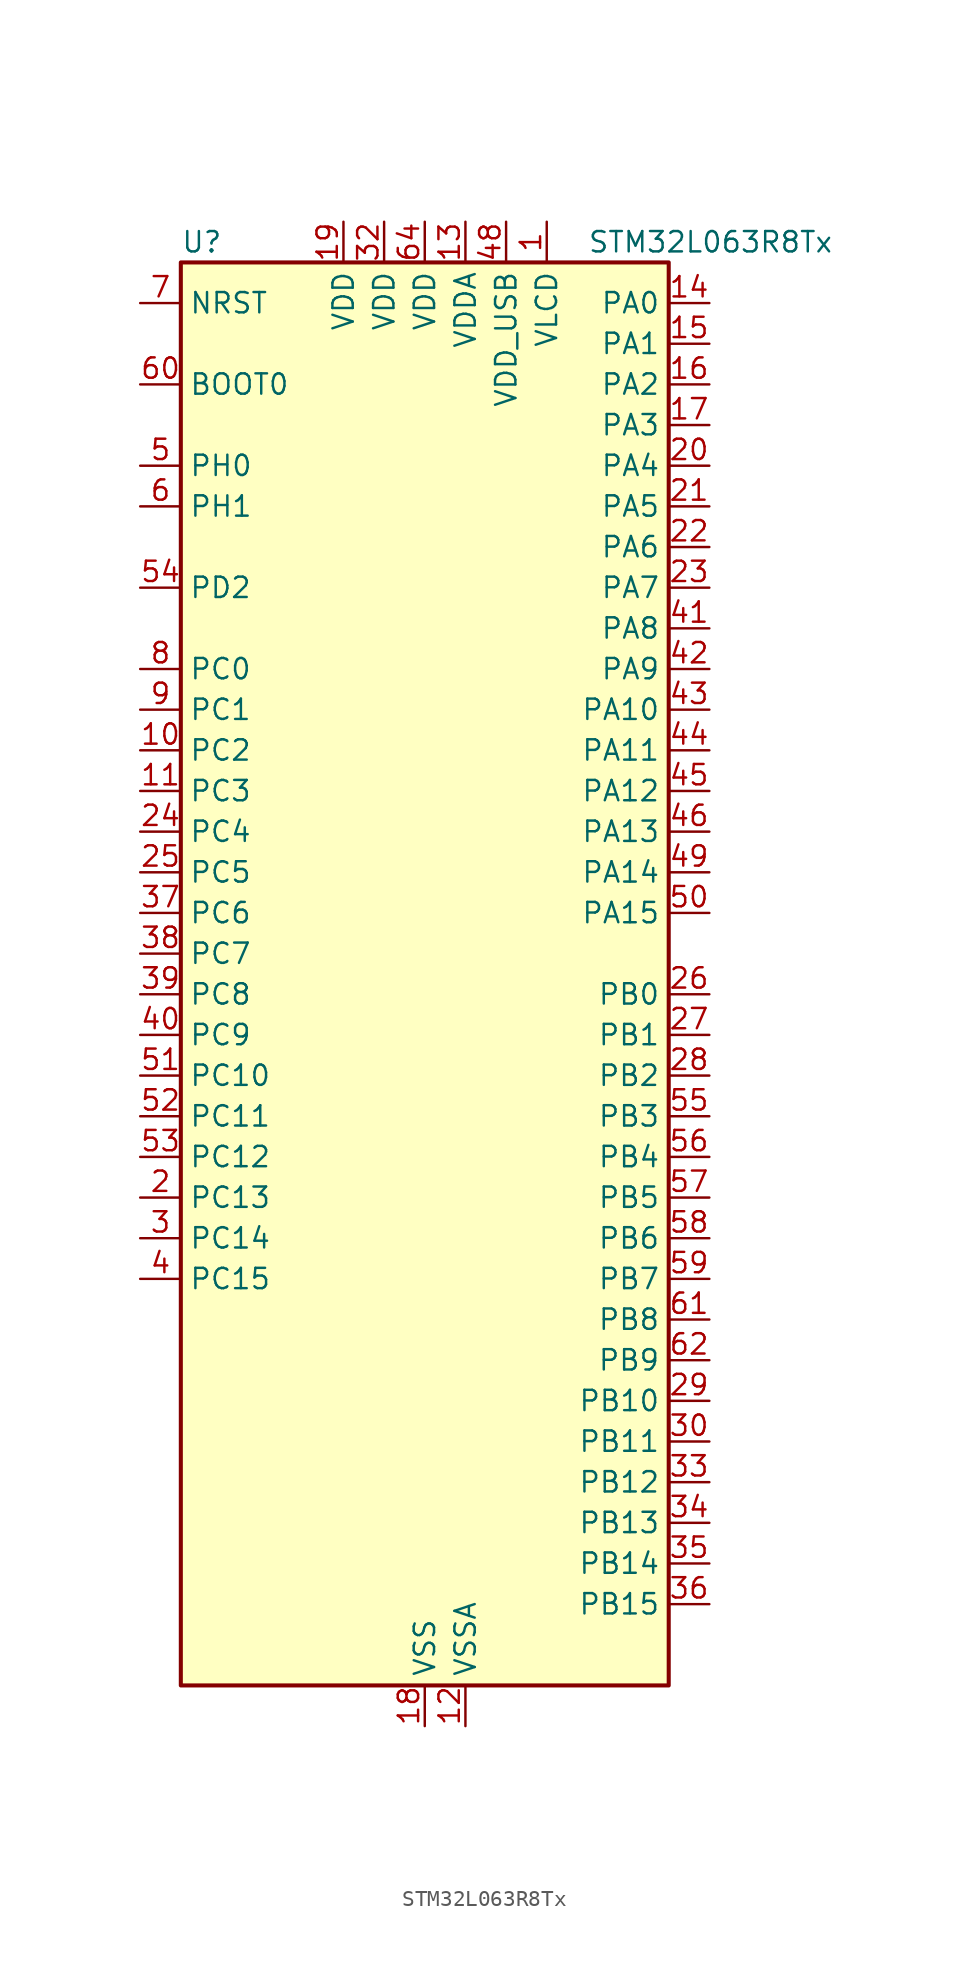
<source format=kicad_sym>
(kicad_symbol_lib
  (version 20220914)
  (generator kicad_symbol_editor)
  (symbol "STM32L063R8Tx"
    (property "Reference" "U"
      (at -15.24 46.99 0)
      (effects (font (size 1.27 1.27)) (justify left)))
    (property "Value" "STM32L063R8Tx"
      (at 10.16 46.99 0)
      (effects (font (size 1.27 1.27)) (justify left)))
    (property "ki_locked" ""
      (at 0 0 0)
      (effects (font (size 1.27 1.27))))
    (symbol "STM32L063R8Tx_0_1"
      (rectangle (start -15.24 -43.18) (end 15.24 45.72) (stroke (width 0.254) (type default)) (fill (type background))))
    (symbol "STM32L063R8Tx_1_1"
      (pin power_in line (at 7.62 48.26 270) (length 2.54) (name "VLCD" (effects (font (size 1.27 1.27)))) (number "1" (effects (font (size 1.27 1.27)))))
      (pin bidirectional line (at -17.78 15.24 0) (length 2.54) (name "PC2" (effects (font (size 1.27 1.27)))) (number "10" (effects (font (size 1.27 1.27)))) (alternate "ADC_IN12" bidirectional line) (alternate "I2S2_MCK" bidirectional line) (alternate "LCD_SEG20" bidirectional line) (alternate "LPTIM1_IN2" bidirectional line) (alternate "SPI2_MISO" bidirectional line) (alternate "TSC_G7_IO3" bidirectional line))
      (pin bidirectional line (at -17.78 12.7 0) (length 2.54) (name "PC3" (effects (font (size 1.27 1.27)))) (number "11" (effects (font (size 1.27 1.27)))) (alternate "ADC_IN13" bidirectional line) (alternate "I2S2_SD" bidirectional line) (alternate "LCD_SEG21" bidirectional line) (alternate "LPTIM1_ETR" bidirectional line) (alternate "SPI2_MOSI" bidirectional line) (alternate "TSC_G7_IO4" bidirectional line))
      (pin power_in line (at 2.54 -45.72 90) (length 2.54) (name "VSSA" (effects (font (size 1.27 1.27)))) (number "12" (effects (font (size 1.27 1.27)))))
      (pin power_in line (at 2.54 48.26 270) (length 2.54) (name "VDDA" (effects (font (size 1.27 1.27)))) (number "13" (effects (font (size 1.27 1.27)))))
      (pin bidirectional line (at 17.78 43.18 180) (length 2.54) (name "PA0" (effects (font (size 1.27 1.27)))) (number "14" (effects (font (size 1.27 1.27)))) (alternate "ADC_IN0" bidirectional line) (alternate "COMP1_INM" bidirectional line) (alternate "COMP1_OUT" bidirectional line) (alternate "RTC_TAMP2" bidirectional line) (alternate "SYS_WKUP1" bidirectional line) (alternate "TIM2_CH1" bidirectional line) (alternate "TIM2_ETR" bidirectional line) (alternate "TSC_G1_IO1" bidirectional line) (alternate "USART2_CTS" bidirectional line))
      (pin bidirectional line (at 17.78 40.64 180) (length 2.54) (name "PA1" (effects (font (size 1.27 1.27)))) (number "15" (effects (font (size 1.27 1.27)))) (alternate "ADC_IN1" bidirectional line) (alternate "COMP1_INP" bidirectional line) (alternate "LCD_SEG0" bidirectional line) (alternate "TIM21_ETR" bidirectional line) (alternate "TIM2_CH2" bidirectional line) (alternate "TSC_G1_IO2" bidirectional line) (alternate "USART2_DE" bidirectional line) (alternate "USART2_RTS" bidirectional line))
      (pin bidirectional line (at 17.78 38.1 180) (length 2.54) (name "PA2" (effects (font (size 1.27 1.27)))) (number "16" (effects (font (size 1.27 1.27)))) (alternate "ADC_IN2" bidirectional line) (alternate "COMP2_INM" bidirectional line) (alternate "COMP2_OUT" bidirectional line) (alternate "LCD_SEG1" bidirectional line) (alternate "TIM21_CH1" bidirectional line) (alternate "TIM2_CH3" bidirectional line) (alternate "TSC_G1_IO3" bidirectional line) (alternate "USART2_TX" bidirectional line))
      (pin bidirectional line (at 17.78 35.56 180) (length 2.54) (name "PA3" (effects (font (size 1.27 1.27)))) (number "17" (effects (font (size 1.27 1.27)))) (alternate "ADC_IN3" bidirectional line) (alternate "COMP2_INP" bidirectional line) (alternate "LCD_SEG2" bidirectional line) (alternate "TIM21_CH2" bidirectional line) (alternate "TIM2_CH4" bidirectional line) (alternate "TSC_G1_IO4" bidirectional line) (alternate "USART2_RX" bidirectional line))
      (pin power_in line (at 0 -45.72 90) (length 2.54) (name "VSS" (effects (font (size 1.27 1.27)))) (number "18" (effects (font (size 1.27 1.27)))))
      (pin power_in line (at -5.08 48.26 270) (length 2.54) (name "VDD" (effects (font (size 1.27 1.27)))) (number "19" (effects (font (size 1.27 1.27)))))
      (pin bidirectional line (at -17.78 -12.7 0) (length 2.54) (name "PC13" (effects (font (size 1.27 1.27)))) (number "2" (effects (font (size 1.27 1.27)))) (alternate "RTC_OUT_ALARM" bidirectional line) (alternate "RTC_OUT_CALIB" bidirectional line) (alternate "RTC_TAMP1" bidirectional line) (alternate "RTC_TS" bidirectional line) (alternate "SYS_WKUP2" bidirectional line))
      (pin bidirectional line (at 17.78 33.02 180) (length 2.54) (name "PA4" (effects (font (size 1.27 1.27)))) (number "20" (effects (font (size 1.27 1.27)))) (alternate "ADC_IN4" bidirectional line) (alternate "COMP1_INM" bidirectional line) (alternate "COMP2_INM" bidirectional line) (alternate "DAC_OUT1" bidirectional line) (alternate "SPI1_NSS" bidirectional line) (alternate "TIM22_ETR" bidirectional line) (alternate "TSC_G2_IO1" bidirectional line) (alternate "USART2_CK" bidirectional line))
      (pin bidirectional line (at 17.78 30.48 180) (length 2.54) (name "PA5" (effects (font (size 1.27 1.27)))) (number "21" (effects (font (size 1.27 1.27)))) (alternate "ADC_IN5" bidirectional line) (alternate "COMP1_INM" bidirectional line) (alternate "COMP2_INM" bidirectional line) (alternate "SPI1_SCK" bidirectional line) (alternate "TIM2_CH1" bidirectional line) (alternate "TIM2_ETR" bidirectional line) (alternate "TSC_G2_IO2" bidirectional line))
      (pin bidirectional line (at 17.78 27.94 180) (length 2.54) (name "PA6" (effects (font (size 1.27 1.27)))) (number "22" (effects (font (size 1.27 1.27)))) (alternate "ADC_IN6" bidirectional line) (alternate "COMP1_OUT" bidirectional line) (alternate "LCD_SEG3" bidirectional line) (alternate "LPUART1_CTS" bidirectional line) (alternate "SPI1_MISO" bidirectional line) (alternate "TIM22_CH1" bidirectional line) (alternate "TSC_G2_IO3" bidirectional line))
      (pin bidirectional line (at 17.78 25.4 180) (length 2.54) (name "PA7" (effects (font (size 1.27 1.27)))) (number "23" (effects (font (size 1.27 1.27)))) (alternate "ADC_IN7" bidirectional line) (alternate "COMP2_OUT" bidirectional line) (alternate "LCD_SEG4" bidirectional line) (alternate "SPI1_MOSI" bidirectional line) (alternate "TIM22_CH2" bidirectional line) (alternate "TSC_G2_IO4" bidirectional line))
      (pin bidirectional line (at -17.78 10.16 0) (length 2.54) (name "PC4" (effects (font (size 1.27 1.27)))) (number "24" (effects (font (size 1.27 1.27)))) (alternate "ADC_IN14" bidirectional line) (alternate "LCD_SEG22" bidirectional line) (alternate "LPUART1_TX" bidirectional line))
      (pin bidirectional line (at -17.78 7.62 0) (length 2.54) (name "PC5" (effects (font (size 1.27 1.27)))) (number "25" (effects (font (size 1.27 1.27)))) (alternate "ADC_IN15" bidirectional line) (alternate "LCD_SEG23" bidirectional line) (alternate "LPUART1_RX" bidirectional line) (alternate "TSC_G3_IO1" bidirectional line))
      (pin bidirectional line (at 17.78 0 180) (length 2.54) (name "PB0" (effects (font (size 1.27 1.27)))) (number "26" (effects (font (size 1.27 1.27)))) (alternate "ADC_IN8" bidirectional line) (alternate "LCD_SEG5" bidirectional line) (alternate "LCD_VLCD3" bidirectional line) (alternate "SYS_VREF_OUT_PB0" bidirectional line) (alternate "TSC_G3_IO2" bidirectional line))
      (pin bidirectional line (at 17.78 -2.54 180) (length 2.54) (name "PB1" (effects (font (size 1.27 1.27)))) (number "27" (effects (font (size 1.27 1.27)))) (alternate "ADC_IN9" bidirectional line) (alternate "LCD_SEG6" bidirectional line) (alternate "LPUART1_DE" bidirectional line) (alternate "LPUART1_RTS" bidirectional line) (alternate "SYS_VREF_OUT_PB1" bidirectional line) (alternate "TSC_G3_IO3" bidirectional line))
      (pin bidirectional line (at 17.78 -5.08 180) (length 2.54) (name "PB2" (effects (font (size 1.27 1.27)))) (number "28" (effects (font (size 1.27 1.27)))) (alternate "LCD_VLCD1" bidirectional line) (alternate "LPTIM1_OUT" bidirectional line) (alternate "TSC_G3_IO4" bidirectional line))
      (pin bidirectional line (at 17.78 -25.4 180) (length 2.54) (name "PB10" (effects (font (size 1.27 1.27)))) (number "29" (effects (font (size 1.27 1.27)))) (alternate "I2C2_SCL" bidirectional line) (alternate "LCD_SEG10" bidirectional line) (alternate "LPUART1_TX" bidirectional line) (alternate "SPI2_SCK" bidirectional line) (alternate "TIM2_CH3" bidirectional line) (alternate "TSC_SYNC" bidirectional line))
      (pin bidirectional line (at -17.78 -15.24 0) (length 2.54) (name "PC14" (effects (font (size 1.27 1.27)))) (number "3" (effects (font (size 1.27 1.27)))) (alternate "RCC_OSC32_IN" bidirectional line))
      (pin bidirectional line (at 17.78 -27.94 180) (length 2.54) (name "PB11" (effects (font (size 1.27 1.27)))) (number "30" (effects (font (size 1.27 1.27)))) (alternate "ADC_EXTI11" bidirectional line) (alternate "I2C2_SDA" bidirectional line) (alternate "LCD_SEG11" bidirectional line) (alternate "LPUART1_RX" bidirectional line) (alternate "TIM2_CH4" bidirectional line) (alternate "TSC_G6_IO1" bidirectional line))
      (pin passive line (at 0 -45.72 90) (length 2.54) hide (name "VSS" (effects (font (size 1.27 1.27)))) (number "31" (effects (font (size 1.27 1.27)))))
      (pin power_in line (at -2.54 48.26 270) (length 2.54) (name "VDD" (effects (font (size 1.27 1.27)))) (number "32" (effects (font (size 1.27 1.27)))))
      (pin bidirectional line (at 17.78 -30.48 180) (length 2.54) (name "PB12" (effects (font (size 1.27 1.27)))) (number "33" (effects (font (size 1.27 1.27)))) (alternate "I2S2_WS" bidirectional line) (alternate "LCD_SEG12" bidirectional line) (alternate "LCD_VLCD2" bidirectional line) (alternate "LPUART1_DE" bidirectional line) (alternate "LPUART1_RTS" bidirectional line) (alternate "SPI2_NSS" bidirectional line) (alternate "TSC_G6_IO2" bidirectional line))
      (pin bidirectional line (at 17.78 -33.02 180) (length 2.54) (name "PB13" (effects (font (size 1.27 1.27)))) (number "34" (effects (font (size 1.27 1.27)))) (alternate "I2C2_SCL" bidirectional line) (alternate "I2S2_CK" bidirectional line) (alternate "LCD_SEG13" bidirectional line) (alternate "LPUART1_CTS" bidirectional line) (alternate "SPI2_SCK" bidirectional line) (alternate "TIM21_CH1" bidirectional line) (alternate "TSC_G6_IO3" bidirectional line))
      (pin bidirectional line (at 17.78 -35.56 180) (length 2.54) (name "PB14" (effects (font (size 1.27 1.27)))) (number "35" (effects (font (size 1.27 1.27)))) (alternate "I2C2_SDA" bidirectional line) (alternate "I2S2_MCK" bidirectional line) (alternate "LCD_SEG14" bidirectional line) (alternate "LPUART1_DE" bidirectional line) (alternate "LPUART1_RTS" bidirectional line) (alternate "RTC_OUT_ALARM" bidirectional line) (alternate "RTC_OUT_CALIB" bidirectional line) (alternate "SPI2_MISO" bidirectional line) (alternate "TIM21_CH2" bidirectional line) (alternate "TSC_G6_IO4" bidirectional line))
      (pin bidirectional line (at 17.78 -38.1 180) (length 2.54) (name "PB15" (effects (font (size 1.27 1.27)))) (number "36" (effects (font (size 1.27 1.27)))) (alternate "I2S2_SD" bidirectional line) (alternate "LCD_SEG15" bidirectional line) (alternate "RTC_REFIN" bidirectional line) (alternate "SPI2_MOSI" bidirectional line))
      (pin bidirectional line (at -17.78 5.08 0) (length 2.54) (name "PC6" (effects (font (size 1.27 1.27)))) (number "37" (effects (font (size 1.27 1.27)))) (alternate "LCD_SEG24" bidirectional line) (alternate "TIM22_CH1" bidirectional line) (alternate "TSC_G8_IO1" bidirectional line))
      (pin bidirectional line (at -17.78 2.54 0) (length 2.54) (name "PC7" (effects (font (size 1.27 1.27)))) (number "38" (effects (font (size 1.27 1.27)))) (alternate "LCD_SEG25" bidirectional line) (alternate "TIM22_CH2" bidirectional line) (alternate "TSC_G8_IO2" bidirectional line))
      (pin bidirectional line (at -17.78 0 0) (length 2.54) (name "PC8" (effects (font (size 1.27 1.27)))) (number "39" (effects (font (size 1.27 1.27)))) (alternate "LCD_SEG26" bidirectional line) (alternate "TIM22_ETR" bidirectional line) (alternate "TSC_G8_IO3" bidirectional line))
      (pin bidirectional line (at -17.78 -17.78 0) (length 2.54) (name "PC15" (effects (font (size 1.27 1.27)))) (number "4" (effects (font (size 1.27 1.27)))) (alternate "RCC_OSC32_OUT" bidirectional line))
      (pin bidirectional line (at -17.78 -2.54 0) (length 2.54) (name "PC9" (effects (font (size 1.27 1.27)))) (number "40" (effects (font (size 1.27 1.27)))) (alternate "DAC_EXTI9" bidirectional line) (alternate "LCD_SEG27" bidirectional line) (alternate "TIM21_ETR" bidirectional line) (alternate "TSC_G8_IO4" bidirectional line) (alternate "USB_NOE" bidirectional line))
      (pin bidirectional line (at 17.78 22.86 180) (length 2.54) (name "PA8" (effects (font (size 1.27 1.27)))) (number "41" (effects (font (size 1.27 1.27)))) (alternate "CRS_SYNC" bidirectional line) (alternate "LCD_COM0" bidirectional line) (alternate "RCC_MCO" bidirectional line) (alternate "USART1_CK" bidirectional line))
      (pin bidirectional line (at 17.78 20.32 180) (length 2.54) (name "PA9" (effects (font (size 1.27 1.27)))) (number "42" (effects (font (size 1.27 1.27)))) (alternate "DAC_EXTI9" bidirectional line) (alternate "LCD_COM1" bidirectional line) (alternate "RCC_MCO" bidirectional line) (alternate "TSC_G4_IO1" bidirectional line) (alternate "USART1_TX" bidirectional line))
      (pin bidirectional line (at 17.78 17.78 180) (length 2.54) (name "PA10" (effects (font (size 1.27 1.27)))) (number "43" (effects (font (size 1.27 1.27)))) (alternate "LCD_COM2" bidirectional line) (alternate "TSC_G4_IO2" bidirectional line) (alternate "USART1_RX" bidirectional line))
      (pin bidirectional line (at 17.78 15.24 180) (length 2.54) (name "PA11" (effects (font (size 1.27 1.27)))) (number "44" (effects (font (size 1.27 1.27)))) (alternate "ADC_EXTI11" bidirectional line) (alternate "COMP1_OUT" bidirectional line) (alternate "SPI1_MISO" bidirectional line) (alternate "TSC_G4_IO3" bidirectional line) (alternate "USART1_CTS" bidirectional line) (alternate "USB_DM" bidirectional line))
      (pin bidirectional line (at 17.78 12.7 180) (length 2.54) (name "PA12" (effects (font (size 1.27 1.27)))) (number "45" (effects (font (size 1.27 1.27)))) (alternate "COMP2_OUT" bidirectional line) (alternate "SPI1_MOSI" bidirectional line) (alternate "TSC_G4_IO4" bidirectional line) (alternate "USART1_DE" bidirectional line) (alternate "USART1_RTS" bidirectional line) (alternate "USB_DP" bidirectional line))
      (pin bidirectional line (at 17.78 10.16 180) (length 2.54) (name "PA13" (effects (font (size 1.27 1.27)))) (number "46" (effects (font (size 1.27 1.27)))) (alternate "SYS_SWDIO" bidirectional line) (alternate "USB_NOE" bidirectional line))
      (pin passive line (at 0 -45.72 90) (length 2.54) hide (name "VSS" (effects (font (size 1.27 1.27)))) (number "47" (effects (font (size 1.27 1.27)))))
      (pin power_in line (at 5.08 48.26 270) (length 2.54) (name "VDD_USB" (effects (font (size 1.27 1.27)))) (number "48" (effects (font (size 1.27 1.27)))))
      (pin bidirectional line (at 17.78 7.62 180) (length 2.54) (name "PA14" (effects (font (size 1.27 1.27)))) (number "49" (effects (font (size 1.27 1.27)))) (alternate "SYS_SWCLK" bidirectional line) (alternate "USART2_TX" bidirectional line))
      (pin bidirectional line (at -17.78 33.02 0) (length 2.54) (name "PH0" (effects (font (size 1.27 1.27)))) (number "5" (effects (font (size 1.27 1.27)))) (alternate "CRS_SYNC" bidirectional line) (alternate "RCC_OSC_IN" bidirectional line))
      (pin bidirectional line (at 17.78 5.08 180) (length 2.54) (name "PA15" (effects (font (size 1.27 1.27)))) (number "50" (effects (font (size 1.27 1.27)))) (alternate "LCD_SEG17" bidirectional line) (alternate "SPI1_NSS" bidirectional line) (alternate "TIM2_CH1" bidirectional line) (alternate "TIM2_ETR" bidirectional line) (alternate "USART2_RX" bidirectional line))
      (pin bidirectional line (at -17.78 -5.08 0) (length 2.54) (name "PC10" (effects (font (size 1.27 1.27)))) (number "51" (effects (font (size 1.27 1.27)))) (alternate "LCD_COM4" bidirectional line) (alternate "LCD_SEG28" bidirectional line) (alternate "LPUART1_TX" bidirectional line))
      (pin bidirectional line (at -17.78 -7.62 0) (length 2.54) (name "PC11" (effects (font (size 1.27 1.27)))) (number "52" (effects (font (size 1.27 1.27)))) (alternate "ADC_EXTI11" bidirectional line) (alternate "LCD_COM5" bidirectional line) (alternate "LCD_SEG29" bidirectional line) (alternate "LPUART1_RX" bidirectional line))
      (pin bidirectional line (at -17.78 -10.16 0) (length 2.54) (name "PC12" (effects (font (size 1.27 1.27)))) (number "53" (effects (font (size 1.27 1.27)))) (alternate "LCD_COM6" bidirectional line) (alternate "LCD_SEG30" bidirectional line))
      (pin bidirectional line (at -17.78 25.4 0) (length 2.54) (name "PD2" (effects (font (size 1.27 1.27)))) (number "54" (effects (font (size 1.27 1.27)))) (alternate "LCD_COM7" bidirectional line) (alternate "LCD_SEG31" bidirectional line) (alternate "LPUART1_DE" bidirectional line) (alternate "LPUART1_RTS" bidirectional line))
      (pin bidirectional line (at 17.78 -7.62 180) (length 2.54) (name "PB3" (effects (font (size 1.27 1.27)))) (number "55" (effects (font (size 1.27 1.27)))) (alternate "COMP2_INM" bidirectional line) (alternate "LCD_SEG7" bidirectional line) (alternate "SPI1_SCK" bidirectional line) (alternate "TIM2_CH2" bidirectional line) (alternate "TSC_G5_IO1" bidirectional line))
      (pin bidirectional line (at 17.78 -10.16 180) (length 2.54) (name "PB4" (effects (font (size 1.27 1.27)))) (number "56" (effects (font (size 1.27 1.27)))) (alternate "COMP2_INP" bidirectional line) (alternate "LCD_SEG8" bidirectional line) (alternate "SPI1_MISO" bidirectional line) (alternate "TIM22_CH1" bidirectional line) (alternate "TSC_G5_IO2" bidirectional line))
      (pin bidirectional line (at 17.78 -12.7 180) (length 2.54) (name "PB5" (effects (font (size 1.27 1.27)))) (number "57" (effects (font (size 1.27 1.27)))) (alternate "COMP2_INP" bidirectional line) (alternate "I2C1_SMBA" bidirectional line) (alternate "LCD_SEG9" bidirectional line) (alternate "LPTIM1_IN1" bidirectional line) (alternate "SPI1_MOSI" bidirectional line) (alternate "TIM22_CH2" bidirectional line))
      (pin bidirectional line (at 17.78 -15.24 180) (length 2.54) (name "PB6" (effects (font (size 1.27 1.27)))) (number "58" (effects (font (size 1.27 1.27)))) (alternate "COMP2_INP" bidirectional line) (alternate "I2C1_SCL" bidirectional line) (alternate "LPTIM1_ETR" bidirectional line) (alternate "TSC_G5_IO3" bidirectional line) (alternate "USART1_TX" bidirectional line))
      (pin bidirectional line (at 17.78 -17.78 180) (length 2.54) (name "PB7" (effects (font (size 1.27 1.27)))) (number "59" (effects (font (size 1.27 1.27)))) (alternate "COMP2_INP" bidirectional line) (alternate "I2C1_SDA" bidirectional line) (alternate "LPTIM1_IN2" bidirectional line) (alternate "SYS_PVD_IN" bidirectional line) (alternate "TSC_G5_IO4" bidirectional line) (alternate "USART1_RX" bidirectional line))
      (pin bidirectional line (at -17.78 30.48 0) (length 2.54) (name "PH1" (effects (font (size 1.27 1.27)))) (number "6" (effects (font (size 1.27 1.27)))) (alternate "RCC_OSC_OUT" bidirectional line))
      (pin input line (at -17.78 38.1 0) (length 2.54) (name "BOOT0" (effects (font (size 1.27 1.27)))) (number "60" (effects (font (size 1.27 1.27)))))
      (pin bidirectional line (at 17.78 -20.32 180) (length 2.54) (name "PB8" (effects (font (size 1.27 1.27)))) (number "61" (effects (font (size 1.27 1.27)))) (alternate "I2C1_SCL" bidirectional line) (alternate "LCD_SEG16" bidirectional line) (alternate "TSC_SYNC" bidirectional line))
      (pin bidirectional line (at 17.78 -22.86 180) (length 2.54) (name "PB9" (effects (font (size 1.27 1.27)))) (number "62" (effects (font (size 1.27 1.27)))) (alternate "DAC_EXTI9" bidirectional line) (alternate "I2C1_SDA" bidirectional line) (alternate "I2S2_WS" bidirectional line) (alternate "LCD_COM3" bidirectional line) (alternate "SPI2_NSS" bidirectional line))
      (pin passive line (at 0 -45.72 90) (length 2.54) hide (name "VSS" (effects (font (size 1.27 1.27)))) (number "63" (effects (font (size 1.27 1.27)))))
      (pin power_in line (at 0 48.26 270) (length 2.54) (name "VDD" (effects (font (size 1.27 1.27)))) (number "64" (effects (font (size 1.27 1.27)))))
      (pin input line (at -17.78 43.18 0) (length 2.54) (name "NRST" (effects (font (size 1.27 1.27)))) (number "7" (effects (font (size 1.27 1.27)))))
      (pin bidirectional line (at -17.78 20.32 0) (length 2.54) (name "PC0" (effects (font (size 1.27 1.27)))) (number "8" (effects (font (size 1.27 1.27)))) (alternate "ADC_IN10" bidirectional line) (alternate "LCD_SEG18" bidirectional line) (alternate "LPTIM1_IN1" bidirectional line) (alternate "TSC_G7_IO1" bidirectional line))
      (pin bidirectional line (at -17.78 17.78 0) (length 2.54) (name "PC1" (effects (font (size 1.27 1.27)))) (number "9" (effects (font (size 1.27 1.27)))) (alternate "ADC_IN11" bidirectional line) (alternate "LCD_SEG19" bidirectional line) (alternate "LPTIM1_OUT" bidirectional line) (alternate "TSC_G7_IO2" bidirectional line)))))
</source>
